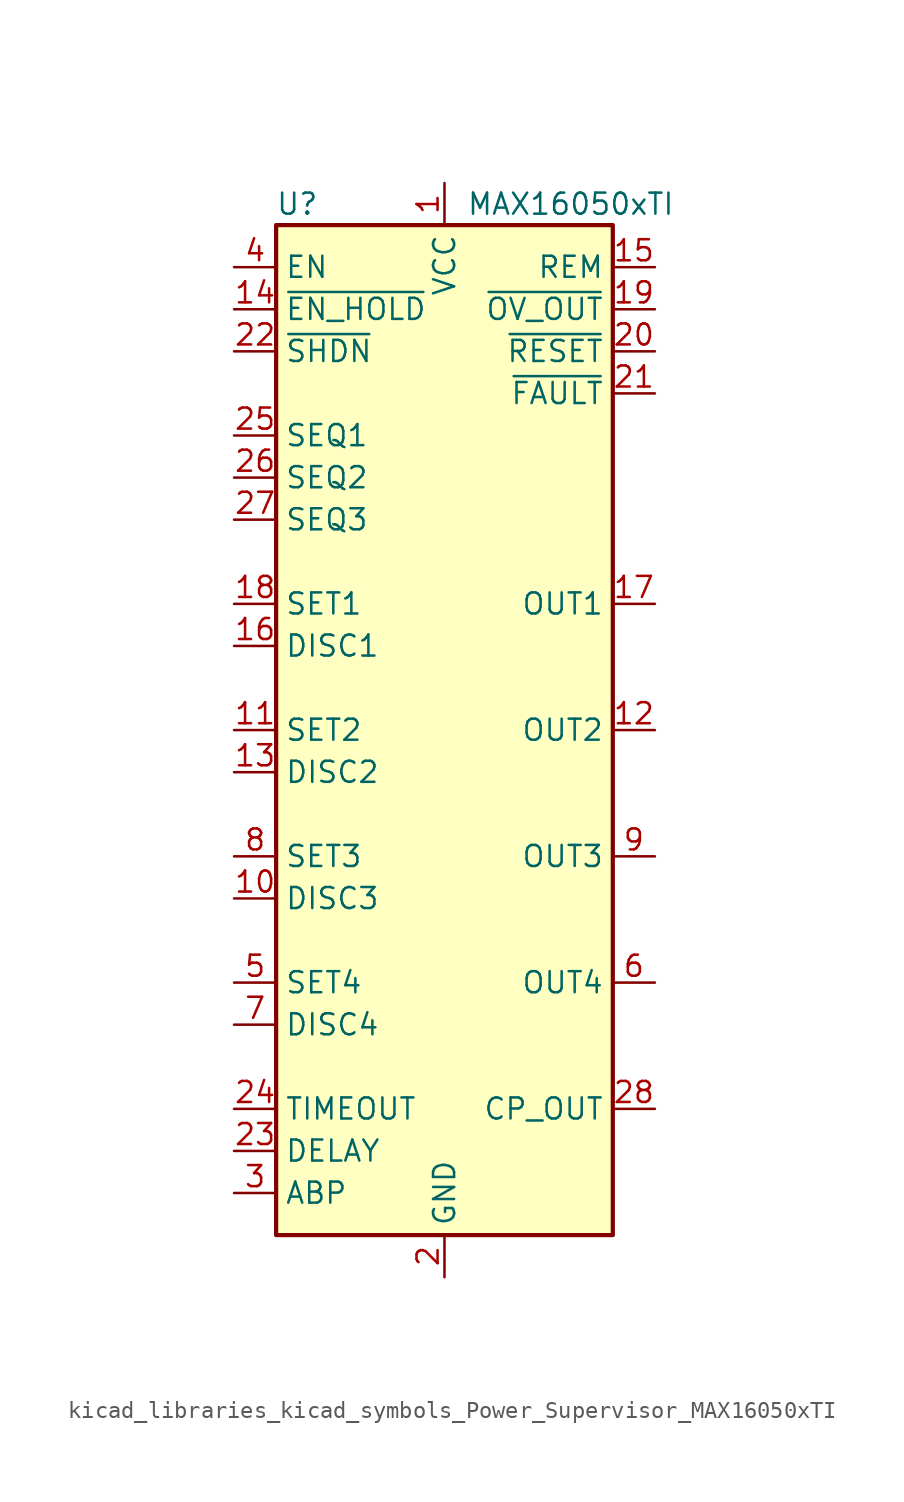
<source format=kicad_sym>
(kicad_symbol_lib
  (version 20220914)
  (generator kicad_symbol_editor)
  (symbol "kicad_libraries_kicad_symbols_Power_Supervisor_MAX16050xTI"
    (property "Reference" "U"
      (at -8.89 31.75 0)
      (effects (font (size 1.27 1.27))))
    (property "Value" "MAX16050xTI"
      (at 7.62 31.75 0)
      (effects (font (size 1.27 1.27))))
    (symbol "kicad_libraries_kicad_symbols_Power_Supervisor_MAX16050xTI_0_1"
      (rectangle (start -10.16 30.48) (end 10.16 -30.48) (stroke (width 0.254) (type default)) (fill (type background))))
    (symbol "kicad_libraries_kicad_symbols_Power_Supervisor_MAX16050xTI_1_1"
      (pin power_in line (at 0 33.02 270) (length 2.54) (name "VCC" (effects (font (size 1.27 1.27)))) (number "1" (effects (font (size 1.27 1.27)))))
      (pin input line (at -12.7 -10.16 0) (length 2.54) (name "DISC3" (effects (font (size 1.27 1.27)))) (number "10" (effects (font (size 1.27 1.27)))))
      (pin input line (at -12.7 0 0) (length 2.54) (name "SET2" (effects (font (size 1.27 1.27)))) (number "11" (effects (font (size 1.27 1.27)))))
      (pin open_collector line (at 12.7 0 180) (length 2.54) (name "OUT2" (effects (font (size 1.27 1.27)))) (number "12" (effects (font (size 1.27 1.27)))))
      (pin input line (at -12.7 -2.54 0) (length 2.54) (name "DISC2" (effects (font (size 1.27 1.27)))) (number "13" (effects (font (size 1.27 1.27)))))
      (pin input line (at -12.7 25.4 0) (length 2.54) (name "~{EN_HOLD}" (effects (font (size 1.27 1.27)))) (number "14" (effects (font (size 1.27 1.27)))))
      (pin open_collector line (at 12.7 27.94 180) (length 2.54) (name "REM" (effects (font (size 1.27 1.27)))) (number "15" (effects (font (size 1.27 1.27)))))
      (pin input line (at -12.7 5.08 0) (length 2.54) (name "DISC1" (effects (font (size 1.27 1.27)))) (number "16" (effects (font (size 1.27 1.27)))))
      (pin open_collector line (at 12.7 7.62 180) (length 2.54) (name "OUT1" (effects (font (size 1.27 1.27)))) (number "17" (effects (font (size 1.27 1.27)))))
      (pin input line (at -12.7 7.62 0) (length 2.54) (name "SET1" (effects (font (size 1.27 1.27)))) (number "18" (effects (font (size 1.27 1.27)))))
      (pin open_collector line (at 12.7 25.4 180) (length 2.54) (name "~{OV_OUT}" (effects (font (size 1.27 1.27)))) (number "19" (effects (font (size 1.27 1.27)))))
      (pin power_in line (at 0 -33.02 90) (length 2.54) (name "GND" (effects (font (size 1.27 1.27)))) (number "2" (effects (font (size 1.27 1.27)))))
      (pin open_collector line (at 12.7 22.86 180) (length 2.54) (name "~{RESET}" (effects (font (size 1.27 1.27)))) (number "20" (effects (font (size 1.27 1.27)))))
      (pin bidirectional line (at 12.7 20.32 180) (length 2.54) (name "~{FAULT}" (effects (font (size 1.27 1.27)))) (number "21" (effects (font (size 1.27 1.27)))))
      (pin input line (at -12.7 22.86 0) (length 2.54) (name "~{SHDN}" (effects (font (size 1.27 1.27)))) (number "22" (effects (font (size 1.27 1.27)))))
      (pin passive line (at -12.7 -25.4 0) (length 2.54) (name "DELAY" (effects (font (size 1.27 1.27)))) (number "23" (effects (font (size 1.27 1.27)))))
      (pin passive line (at -12.7 -22.86 0) (length 2.54) (name "TIMEOUT" (effects (font (size 1.27 1.27)))) (number "24" (effects (font (size 1.27 1.27)))))
      (pin input line (at -12.7 17.78 0) (length 2.54) (name "SEQ1" (effects (font (size 1.27 1.27)))) (number "25" (effects (font (size 1.27 1.27)))))
      (pin input line (at -12.7 15.24 0) (length 2.54) (name "SEQ2" (effects (font (size 1.27 1.27)))) (number "26" (effects (font (size 1.27 1.27)))))
      (pin input line (at -12.7 12.7 0) (length 2.54) (name "SEQ3" (effects (font (size 1.27 1.27)))) (number "27" (effects (font (size 1.27 1.27)))))
      (pin power_out line (at 12.7 -22.86 180) (length 2.54) (name "CP_OUT" (effects (font (size 1.27 1.27)))) (number "28" (effects (font (size 1.27 1.27)))))
      (pin passive line (at 0 -33.02 90) (length 2.54) hide (name "GND" (effects (font (size 1.27 1.27)))) (number "29" (effects (font (size 1.27 1.27)))))
      (pin passive line (at -12.7 -27.94 0) (length 2.54) (name "ABP" (effects (font (size 1.27 1.27)))) (number "3" (effects (font (size 1.27 1.27)))))
      (pin input line (at -12.7 27.94 0) (length 2.54) (name "EN" (effects (font (size 1.27 1.27)))) (number "4" (effects (font (size 1.27 1.27)))))
      (pin input line (at -12.7 -15.24 0) (length 2.54) (name "SET4" (effects (font (size 1.27 1.27)))) (number "5" (effects (font (size 1.27 1.27)))))
      (pin open_collector line (at 12.7 -15.24 180) (length 2.54) (name "OUT4" (effects (font (size 1.27 1.27)))) (number "6" (effects (font (size 1.27 1.27)))))
      (pin input line (at -12.7 -17.78 0) (length 2.54) (name "DISC4" (effects (font (size 1.27 1.27)))) (number "7" (effects (font (size 1.27 1.27)))))
      (pin input line (at -12.7 -7.62 0) (length 2.54) (name "SET3" (effects (font (size 1.27 1.27)))) (number "8" (effects (font (size 1.27 1.27)))))
      (pin open_collector line (at 12.7 -7.62 180) (length 2.54) (name "OUT3" (effects (font (size 1.27 1.27)))) (number "9" (effects (font (size 1.27 1.27))))))))
</source>
